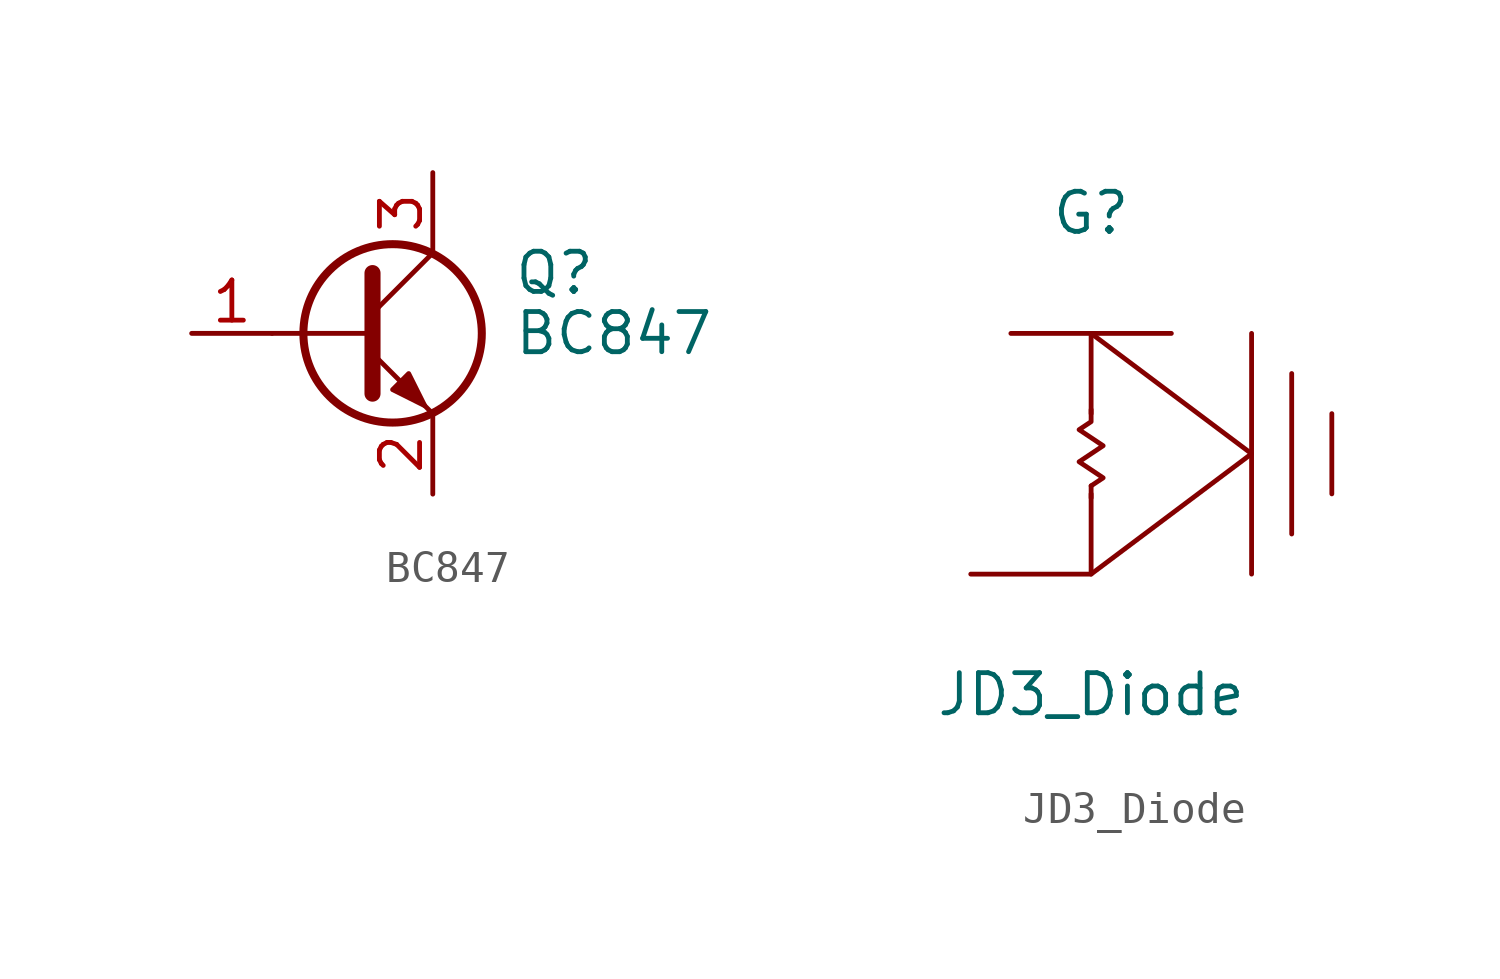
<source format=kicad_sym>
(kicad_symbol_lib
  (version 20241209)
  (generator "kicad_symbol_editor")
  (generator_version "9.0")
  (symbol "BC847"
    (pin_names
      (offset 0)
      (hide yes))
    (property "Reference" "Q"
      (at 5.08 1.905 0)
      (effects (font (size 1.27 1.27)) (justify left)))
    (property "Value" "BC847"
      (at 5.08 0 0)
      (effects (font (size 1.27 1.27)) (justify left)))
    (symbol "BC847_0_1"
      (polyline (pts (xy -2.54 0) (xy 0.635 0)) (stroke (width 0) (type default)) (fill (type none)))
      (polyline (pts (xy 0.635 1.905) (xy 0.635 -1.905)) (stroke (width 0.508) (type default)) (fill (type none)))
      (circle (center 1.27 0) (radius 2.819) (stroke (width 0.254) (type default)) (fill (type none))))
    (symbol "BC847_1_1"
      (polyline (pts (xy 0.635 0.635) (xy 2.54 2.54)) (stroke (width 0) (type default)) (fill (type none)))
      (polyline (pts (xy 0.635 -0.635) (xy 2.54 -2.54)) (stroke (width 0) (type default)) (fill (type none)))
      (polyline (pts (xy 1.27 -1.778) (xy 1.778 -1.27) (xy 2.286 -2.286) (xy 1.27 -1.778)) (stroke (width 0) (type default)) (fill (type outline)))
      (pin input line (at -5.08 0 0) (length 2.54) (name "B" (effects (font (size 1.27 1.27)))) (number "1" (effects (font (size 1.27 1.27)))))
      (pin passive line (at 2.54 5.08 270) (length 2.54) (name "C" (effects (font (size 1.27 1.27)))) (number "3" (effects (font (size 1.27 1.27)))))
      (pin passive line (at 2.54 -5.08 90) (length 2.54) (name "E" (effects (font (size 1.27 1.27)))) (number "2" (effects (font (size 1.27 1.27)))))))
  (symbol "JD3_Diode"
    (pin_numbers
      (hide yes))
    (pin_names
      (offset 0)
      (hide yes))
    (property "Reference" "G"
      (at 0 7.62 0)
      (effects (font (size 1.27 1.27))))
    (property "Value" "JD3_Diode"
      (at 0 -7.62 0)
      (effects (font (size 1.27 1.27))))
    (symbol "JD3_Diode_0_1"
      (polyline (pts (xy -2.54 3.81) (xy 0 3.81)) (stroke (width 0.152) (type default)) (fill (type none)))
      (polyline (pts (xy 0 3.81) (xy 2.54 3.81)) (stroke (width 0.152) (type default)) (fill (type none)))
      (polyline (pts (xy 0 3.81) (xy 5.08 0) (xy 0 -3.81)) (stroke (width 0.152) (type default)) (fill (type none)))
      (polyline (pts (xy 0 1.27) (xy 0 3.81)) (stroke (width 0.152) (type default)) (fill (type none)))
      (polyline (pts (xy 0 -1.016) (xy 0 -1.397)) (stroke (width 0.152) (type default)) (fill (type none)))
      (polyline (pts (xy 0 -1.016) (xy 0.381 -0.762) (xy -0.381 -0.254) (xy 0.381 0.254) (xy -0.381 0.762) (xy 0 1.016) (xy 0 1.397)) (stroke (width 0.152) (type default)) (fill (type none)))
      (polyline (pts (xy 0 -1.27) (xy 0 -3.81) (xy -3.81 -3.81)) (stroke (width 0.152) (type default)) (fill (type none)))
      (polyline (pts (xy 5.08 3.81) (xy 5.08 -3.81)) (stroke (width 0.152) (type default)) (fill (type none)))
      (polyline (pts (xy 6.35 2.54) (xy 6.35 -2.54)) (stroke (width 0.152) (type default)) (fill (type none)))
      (polyline (pts (xy 7.62 1.27) (xy 7.62 -1.27)) (stroke (width 0.152) (type default)) (fill (type none))))))
</source>
